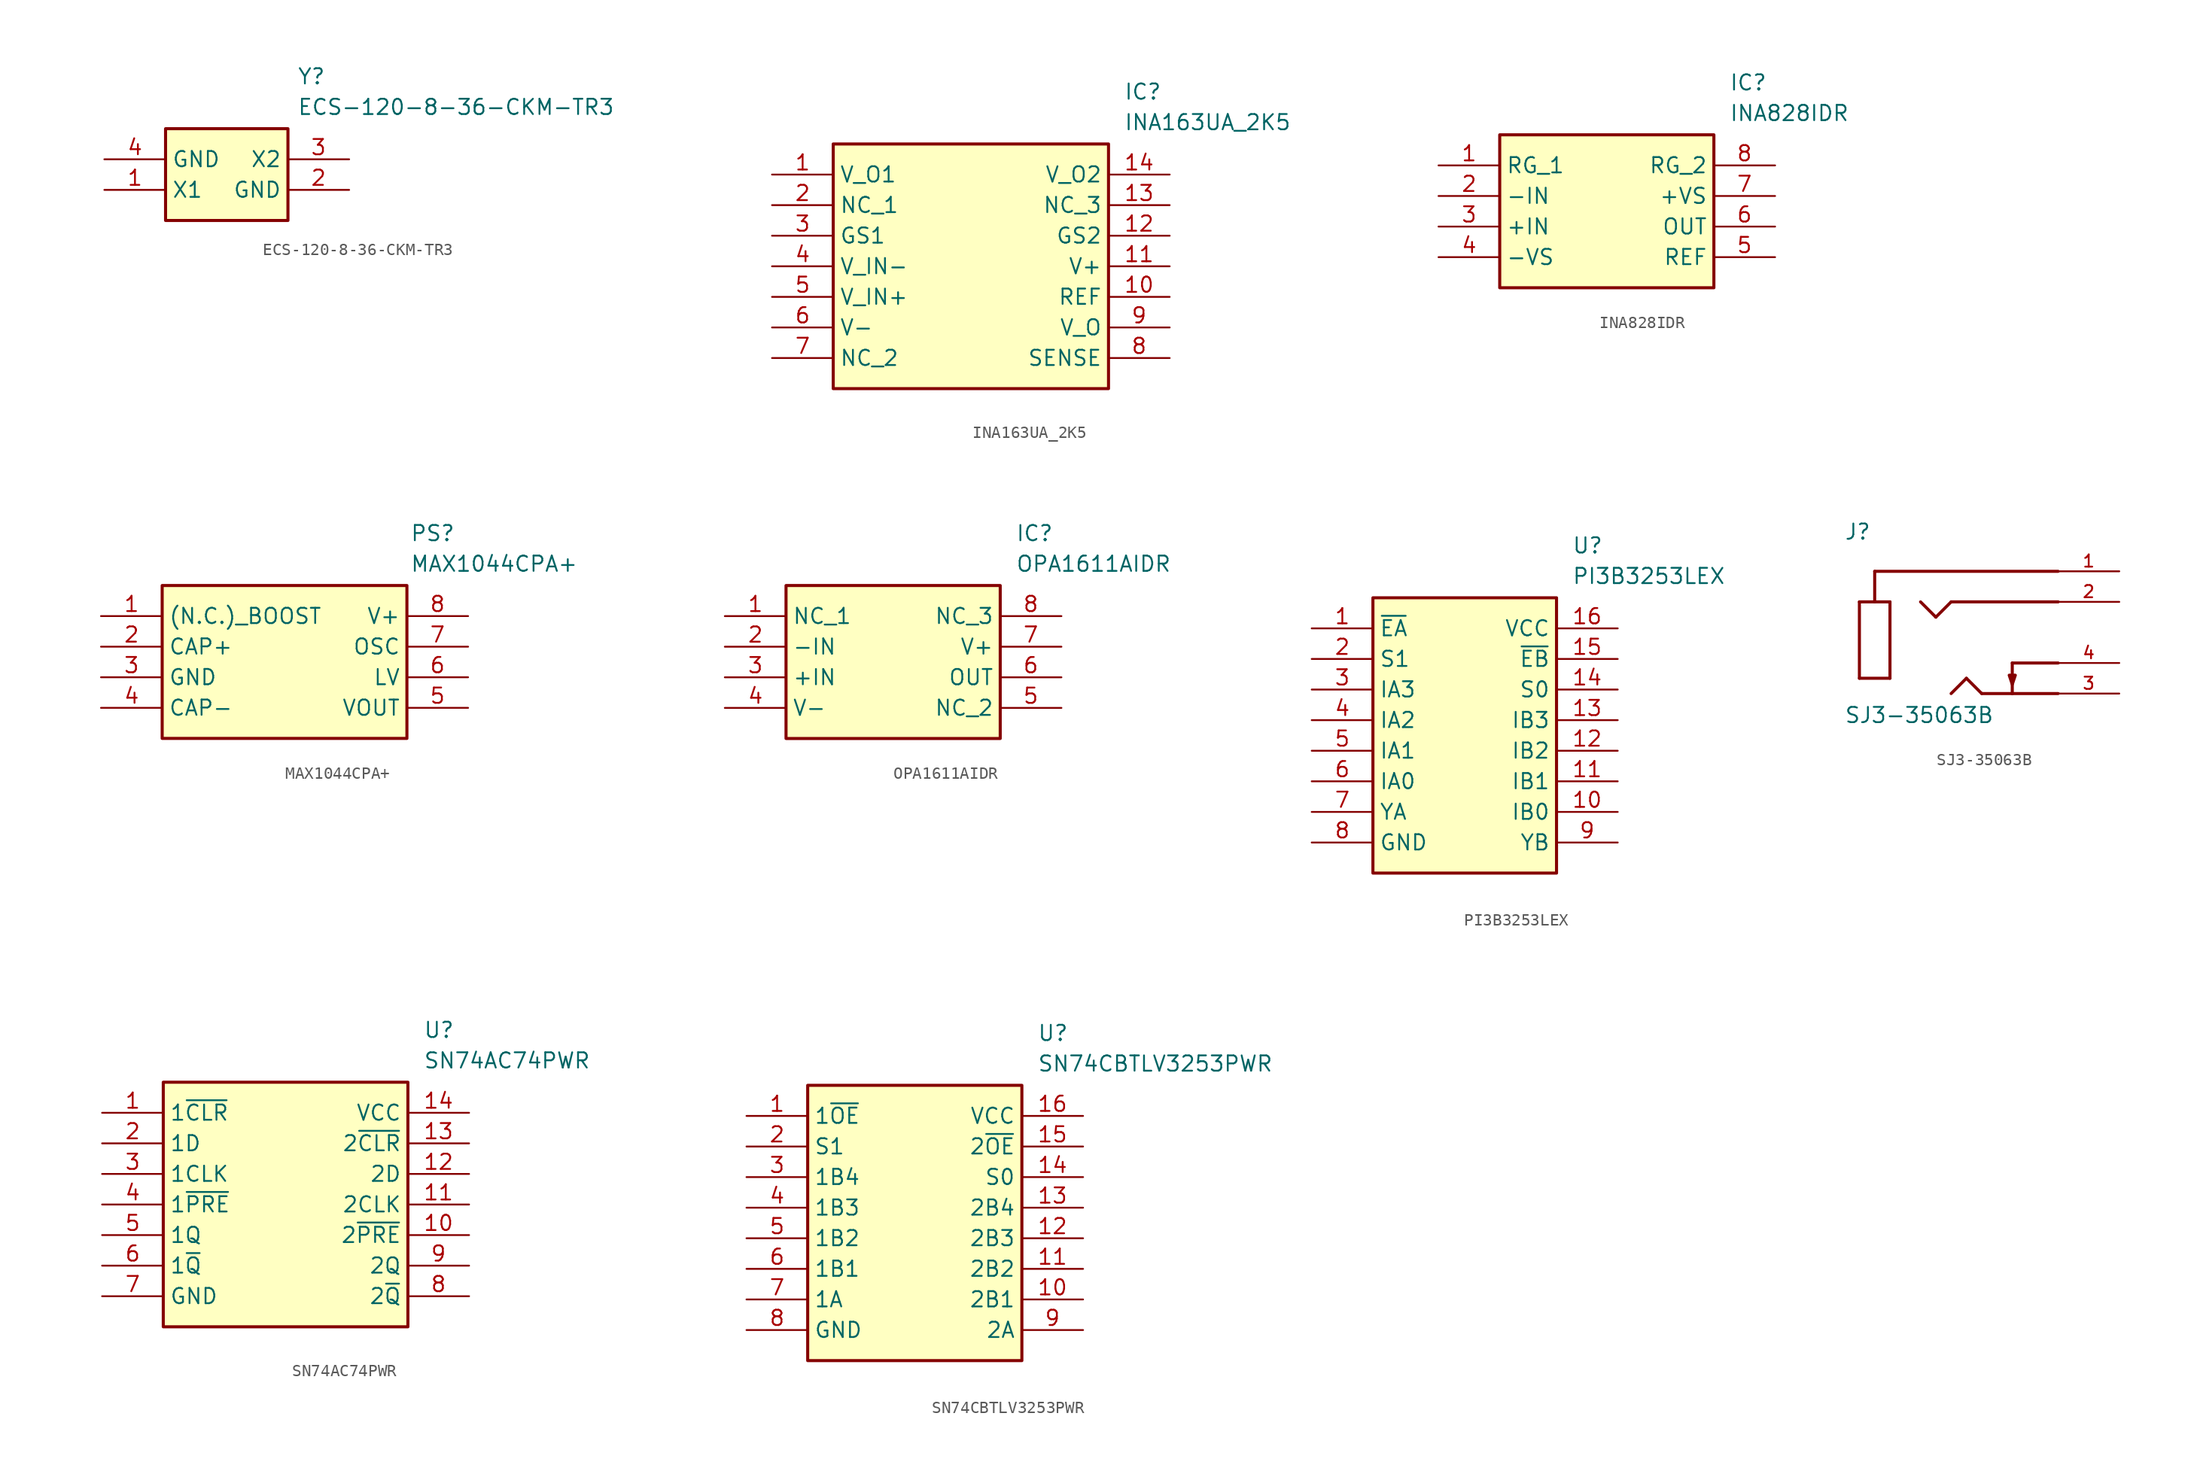
<source format=kicad_sym>
(kicad_symbol_lib
  (version 20231120)
  (generator "kicad_symbol_editor")
  (generator_version "8.0")
  (symbol "ECS-120-8-36-CKM-TR3"
    (property "Reference" "Y"
      (at 16.002 7.62 0)
      (effects (font (size 1.27 1.27)) (justify left top)))
    (property "Value" "ECS-120-8-36-CKM-TR3"
      (at 16.002 5.08 0)
      (effects (font (size 1.27 1.27)) (justify left top)))
    (symbol "ECS-120-8-36-CKM-TR3_1_1"
      (rectangle (start 5.08 2.54) (end 15.24 -5.08) (stroke (width 0.254) (type default)) (fill (type background)))
      (pin passive line (at 0 -2.54 0) (length 5.08) (name "X1" (effects (font (size 1.27 1.27)))) (number "1" (effects (font (size 1.27 1.27)))))
      (pin passive line (at 20.32 -2.54 180) (length 5.08) (name "GND" (effects (font (size 1.27 1.27)))) (number "2" (effects (font (size 1.27 1.27)))))
      (pin passive line (at 20.32 0 180) (length 5.08) (name "X2" (effects (font (size 1.27 1.27)))) (number "3" (effects (font (size 1.27 1.27)))))
      (pin passive line (at 0 0 0) (length 5.08) (name "GND" (effects (font (size 1.27 1.27)))) (number "4" (effects (font (size 1.27 1.27)))))))
  (symbol "INA163UA_2K5"
    (property "Reference" "IC"
      (at 29.21 7.62 0)
      (effects (font (size 1.27 1.27)) (justify left top)))
    (property "Value" "INA163UA_2K5"
      (at 29.21 5.08 0)
      (effects (font (size 1.27 1.27)) (justify left top)))
    (symbol "INA163UA_2K5_1_1"
      (rectangle (start 5.08 2.54) (end 27.94 -17.78) (stroke (width 0.254) (type default)) (fill (type background)))
      (pin passive line (at 0 0 0) (length 5.08) (name "V_O1" (effects (font (size 1.27 1.27)))) (number "1" (effects (font (size 1.27 1.27)))))
      (pin passive line (at 33.02 -10.16 180) (length 5.08) (name "REF" (effects (font (size 1.27 1.27)))) (number "10" (effects (font (size 1.27 1.27)))))
      (pin passive line (at 33.02 -7.62 180) (length 5.08) (name "V+" (effects (font (size 1.27 1.27)))) (number "11" (effects (font (size 1.27 1.27)))))
      (pin passive line (at 33.02 -5.08 180) (length 5.08) (name "GS2" (effects (font (size 1.27 1.27)))) (number "12" (effects (font (size 1.27 1.27)))))
      (pin passive line (at 33.02 -2.54 180) (length 5.08) (name "NC_3" (effects (font (size 1.27 1.27)))) (number "13" (effects (font (size 1.27 1.27)))))
      (pin passive line (at 33.02 0 180) (length 5.08) (name "V_O2" (effects (font (size 1.27 1.27)))) (number "14" (effects (font (size 1.27 1.27)))))
      (pin passive line (at 0 -2.54 0) (length 5.08) (name "NC_1" (effects (font (size 1.27 1.27)))) (number "2" (effects (font (size 1.27 1.27)))))
      (pin passive line (at 0 -5.08 0) (length 5.08) (name "GS1" (effects (font (size 1.27 1.27)))) (number "3" (effects (font (size 1.27 1.27)))))
      (pin passive line (at 0 -7.62 0) (length 5.08) (name "V_IN-" (effects (font (size 1.27 1.27)))) (number "4" (effects (font (size 1.27 1.27)))))
      (pin passive line (at 0 -10.16 0) (length 5.08) (name "V_IN+" (effects (font (size 1.27 1.27)))) (number "5" (effects (font (size 1.27 1.27)))))
      (pin passive line (at 0 -12.7 0) (length 5.08) (name "V-" (effects (font (size 1.27 1.27)))) (number "6" (effects (font (size 1.27 1.27)))))
      (pin passive line (at 0 -15.24 0) (length 5.08) (name "NC_2" (effects (font (size 1.27 1.27)))) (number "7" (effects (font (size 1.27 1.27)))))
      (pin passive line (at 33.02 -15.24 180) (length 5.08) (name "SENSE" (effects (font (size 1.27 1.27)))) (number "8" (effects (font (size 1.27 1.27)))))
      (pin passive line (at 33.02 -12.7 180) (length 5.08) (name "V_O" (effects (font (size 1.27 1.27)))) (number "9" (effects (font (size 1.27 1.27)))))))
  (symbol "INA828IDR"
    (property "Reference" "IC"
      (at 24.13 7.62 0)
      (effects (font (size 1.27 1.27)) (justify left top)))
    (property "Value" "INA828IDR"
      (at 24.13 5.08 0)
      (effects (font (size 1.27 1.27)) (justify left top)))
    (symbol "INA828IDR_1_1"
      (rectangle (start 5.08 2.54) (end 22.86 -10.16) (stroke (width 0.254) (type default)) (fill (type background)))
      (pin passive line (at 0 0 0) (length 5.08) (name "RG_1" (effects (font (size 1.27 1.27)))) (number "1" (effects (font (size 1.27 1.27)))))
      (pin passive line (at 0 -2.54 0) (length 5.08) (name "-IN" (effects (font (size 1.27 1.27)))) (number "2" (effects (font (size 1.27 1.27)))))
      (pin passive line (at 0 -5.08 0) (length 5.08) (name "+IN" (effects (font (size 1.27 1.27)))) (number "3" (effects (font (size 1.27 1.27)))))
      (pin passive line (at 0 -7.62 0) (length 5.08) (name "-VS" (effects (font (size 1.27 1.27)))) (number "4" (effects (font (size 1.27 1.27)))))
      (pin passive line (at 27.94 -7.62 180) (length 5.08) (name "REF" (effects (font (size 1.27 1.27)))) (number "5" (effects (font (size 1.27 1.27)))))
      (pin passive line (at 27.94 -5.08 180) (length 5.08) (name "OUT" (effects (font (size 1.27 1.27)))) (number "6" (effects (font (size 1.27 1.27)))))
      (pin passive line (at 27.94 -2.54 180) (length 5.08) (name "+VS" (effects (font (size 1.27 1.27)))) (number "7" (effects (font (size 1.27 1.27)))))
      (pin passive line (at 27.94 0 180) (length 5.08) (name "RG_2" (effects (font (size 1.27 1.27)))) (number "8" (effects (font (size 1.27 1.27)))))))
  (symbol "MAX1044CPA+"
    (property "Reference" "PS"
      (at 25.654 7.62 0)
      (effects (font (size 1.27 1.27)) (justify left top)))
    (property "Value" "MAX1044CPA+"
      (at 25.654 5.08 0)
      (effects (font (size 1.27 1.27)) (justify left top)))
    (symbol "MAX1044CPA+_1_1"
      (rectangle (start 5.08 2.54) (end 25.4 -10.16) (stroke (width 0.254) (type default)) (fill (type background)))
      (pin passive line (at 0 0 0) (length 5.08) (name "(N.C.)_BOOST" (effects (font (size 1.27 1.27)))) (number "1" (effects (font (size 1.27 1.27)))))
      (pin passive line (at 0 -2.54 0) (length 5.08) (name "CAP+" (effects (font (size 1.27 1.27)))) (number "2" (effects (font (size 1.27 1.27)))))
      (pin passive line (at 0 -5.08 0) (length 5.08) (name "GND" (effects (font (size 1.27 1.27)))) (number "3" (effects (font (size 1.27 1.27)))))
      (pin passive line (at 0 -7.62 0) (length 5.08) (name "CAP-" (effects (font (size 1.27 1.27)))) (number "4" (effects (font (size 1.27 1.27)))))
      (pin passive line (at 30.48 -7.62 180) (length 5.08) (name "VOUT" (effects (font (size 1.27 1.27)))) (number "5" (effects (font (size 1.27 1.27)))))
      (pin passive line (at 30.48 -5.08 180) (length 5.08) (name "LV" (effects (font (size 1.27 1.27)))) (number "6" (effects (font (size 1.27 1.27)))))
      (pin passive line (at 30.48 -2.54 180) (length 5.08) (name "OSC" (effects (font (size 1.27 1.27)))) (number "7" (effects (font (size 1.27 1.27)))))
      (pin passive line (at 30.48 0 180) (length 5.08) (name "V+" (effects (font (size 1.27 1.27)))) (number "8" (effects (font (size 1.27 1.27)))))))
  (symbol "OPA1611AIDR"
    (property "Reference" "IC"
      (at 24.13 7.62 0)
      (effects (font (size 1.27 1.27)) (justify left top)))
    (property "Value" "OPA1611AIDR"
      (at 24.13 5.08 0)
      (effects (font (size 1.27 1.27)) (justify left top)))
    (symbol "OPA1611AIDR_1_1"
      (rectangle (start 5.08 2.54) (end 22.86 -10.16) (stroke (width 0.254) (type default)) (fill (type background)))
      (pin passive line (at 0 0 0) (length 5.08) (name "NC_1" (effects (font (size 1.27 1.27)))) (number "1" (effects (font (size 1.27 1.27)))))
      (pin passive line (at 0 -2.54 0) (length 5.08) (name "-IN" (effects (font (size 1.27 1.27)))) (number "2" (effects (font (size 1.27 1.27)))))
      (pin passive line (at 0 -5.08 0) (length 5.08) (name "+IN" (effects (font (size 1.27 1.27)))) (number "3" (effects (font (size 1.27 1.27)))))
      (pin passive line (at 0 -7.62 0) (length 5.08) (name "V-" (effects (font (size 1.27 1.27)))) (number "4" (effects (font (size 1.27 1.27)))))
      (pin passive line (at 27.94 -7.62 180) (length 5.08) (name "NC_2" (effects (font (size 1.27 1.27)))) (number "5" (effects (font (size 1.27 1.27)))))
      (pin passive line (at 27.94 -5.08 180) (length 5.08) (name "OUT" (effects (font (size 1.27 1.27)))) (number "6" (effects (font (size 1.27 1.27)))))
      (pin passive line (at 27.94 -2.54 180) (length 5.08) (name "V+" (effects (font (size 1.27 1.27)))) (number "7" (effects (font (size 1.27 1.27)))))
      (pin passive line (at 27.94 0 180) (length 5.08) (name "NC_3" (effects (font (size 1.27 1.27)))) (number "8" (effects (font (size 1.27 1.27)))))))
  (symbol "PI3B3253LEX"
    (property "Reference" "U"
      (at 21.59 7.62 0)
      (effects (font (size 1.27 1.27)) (justify left top)))
    (property "Value" "PI3B3253LEX"
      (at 21.59 5.08 0)
      (effects (font (size 1.27 1.27)) (justify left top)))
    (symbol "PI3B3253LEX_1_1"
      (rectangle (start 5.08 2.54) (end 20.32 -20.32) (stroke (width 0.254) (type default)) (fill (type background)))
      (pin passive line (at 0 0 0) (length 5.08) (name "~{EA}" (effects (font (size 1.27 1.27)))) (number "1" (effects (font (size 1.27 1.27)))))
      (pin passive line (at 25.4 -15.24 180) (length 5.08) (name "IB0" (effects (font (size 1.27 1.27)))) (number "10" (effects (font (size 1.27 1.27)))))
      (pin passive line (at 25.4 -12.7 180) (length 5.08) (name "IB1" (effects (font (size 1.27 1.27)))) (number "11" (effects (font (size 1.27 1.27)))))
      (pin passive line (at 25.4 -10.16 180) (length 5.08) (name "IB2" (effects (font (size 1.27 1.27)))) (number "12" (effects (font (size 1.27 1.27)))))
      (pin passive line (at 25.4 -7.62 180) (length 5.08) (name "IB3" (effects (font (size 1.27 1.27)))) (number "13" (effects (font (size 1.27 1.27)))))
      (pin passive line (at 25.4 -5.08 180) (length 5.08) (name "S0" (effects (font (size 1.27 1.27)))) (number "14" (effects (font (size 1.27 1.27)))))
      (pin passive line (at 25.4 -2.54 180) (length 5.08) (name "~{EB}" (effects (font (size 1.27 1.27)))) (number "15" (effects (font (size 1.27 1.27)))))
      (pin passive line (at 25.4 0 180) (length 5.08) (name "VCC" (effects (font (size 1.27 1.27)))) (number "16" (effects (font (size 1.27 1.27)))))
      (pin passive line (at 0 -2.54 0) (length 5.08) (name "S1" (effects (font (size 1.27 1.27)))) (number "2" (effects (font (size 1.27 1.27)))))
      (pin passive line (at 0 -5.08 0) (length 5.08) (name "IA3" (effects (font (size 1.27 1.27)))) (number "3" (effects (font (size 1.27 1.27)))))
      (pin passive line (at 0 -7.62 0) (length 5.08) (name "IA2" (effects (font (size 1.27 1.27)))) (number "4" (effects (font (size 1.27 1.27)))))
      (pin passive line (at 0 -10.16 0) (length 5.08) (name "IA1" (effects (font (size 1.27 1.27)))) (number "5" (effects (font (size 1.27 1.27)))))
      (pin passive line (at 0 -12.7 0) (length 5.08) (name "IA0" (effects (font (size 1.27 1.27)))) (number "6" (effects (font (size 1.27 1.27)))))
      (pin passive line (at 0 -15.24 0) (length 5.08) (name "YA" (effects (font (size 1.27 1.27)))) (number "7" (effects (font (size 1.27 1.27)))))
      (pin passive line (at 0 -17.78 0) (length 5.08) (name "GND" (effects (font (size 1.27 1.27)))) (number "8" (effects (font (size 1.27 1.27)))))
      (pin passive line (at 25.4 -17.78 180) (length 5.08) (name "YB" (effects (font (size 1.27 1.27)))) (number "9" (effects (font (size 1.27 1.27)))))))
  (symbol "SJ3-35063B"
    (pin_names
      (offset 1.016) hide)
    (property "Reference" "J"
      (at -10.16 7.62 0)
      (effects (font (size 1.27 1.27)) (justify left bottom)))
    (property "Value" "SJ3-35063B"
      (at -10.16 -7.62 0)
      (effects (font (size 1.27 1.27)) (justify left bottom)))
    (symbol "SJ3-35063B_0_0"
      (polyline (pts (xy -8.89 -3.81) (xy -8.89 2.54)) (stroke (width 0.254) (type solid)) (fill (type none)))
      (polyline (pts (xy -8.89 2.54) (xy -7.62 2.54)) (stroke (width 0.254) (type solid)) (fill (type none)))
      (polyline (pts (xy -7.62 2.54) (xy -7.62 5.08)) (stroke (width 0.254) (type solid)) (fill (type none)))
      (polyline (pts (xy -7.62 2.54) (xy -6.35 2.54)) (stroke (width 0.254) (type solid)) (fill (type none)))
      (polyline (pts (xy -7.62 5.08) (xy 7.62 5.08)) (stroke (width 0.254) (type solid)) (fill (type none)))
      (polyline (pts (xy -6.35 -3.81) (xy -8.89 -3.81)) (stroke (width 0.254) (type solid)) (fill (type none)))
      (polyline (pts (xy -6.35 2.54) (xy -6.35 -3.81)) (stroke (width 0.254) (type solid)) (fill (type none)))
      (polyline (pts (xy -3.81 2.54) (xy -2.54 1.27)) (stroke (width 0.254) (type solid)) (fill (type none)))
      (polyline (pts (xy -2.54 1.27) (xy -1.27 2.54)) (stroke (width 0.254) (type solid)) (fill (type none)))
      (polyline (pts (xy -1.27 -5.08) (xy 0 -3.81)) (stroke (width 0.254) (type solid)) (fill (type none)))
      (polyline (pts (xy -1.27 2.54) (xy 7.62 2.54)) (stroke (width 0.254) (type solid)) (fill (type none)))
      (polyline (pts (xy 0 -3.81) (xy 1.27 -5.08)) (stroke (width 0.254) (type solid)) (fill (type none)))
      (polyline (pts (xy 1.27 -5.08) (xy 3.81 -5.08)) (stroke (width 0.254) (type solid)) (fill (type none)))
      (polyline (pts (xy 3.81 -5.08) (xy 7.62 -5.08)) (stroke (width 0.254) (type solid)) (fill (type none)))
      (polyline (pts (xy 3.81 -2.54) (xy 3.81 -5.08)) (stroke (width 0.254) (type solid)) (fill (type none)))
      (polyline (pts (xy 3.81 -2.54) (xy 7.62 -2.54)) (stroke (width 0.254) (type solid)) (fill (type none)))
      (polyline (pts (xy 3.81 -4.318) (xy 4.064 -3.556) (xy 3.556 -3.556) (xy 3.81 -4.318)) (stroke (width 0.254) (type solid)) (fill (type background)))
      (pin passive line (at 12.7 5.08 180) (length 5.08) (name "~" (effects (font (size 1.016 1.016)))) (number "1" (effects (font (size 1.016 1.016)))))
      (pin passive line (at 12.7 2.54 180) (length 5.08) (name "~" (effects (font (size 1.016 1.016)))) (number "2" (effects (font (size 1.016 1.016)))))
      (pin passive line (at 12.7 -5.08 180) (length 5.08) (name "~" (effects (font (size 1.016 1.016)))) (number "3" (effects (font (size 1.016 1.016)))))
      (pin passive line (at 12.7 -2.54 180) (length 5.08) (name "~" (effects (font (size 1.016 1.016)))) (number "4" (effects (font (size 1.016 1.016)))))))
  (symbol "SN74AC74PWR"
    (property "Reference" "U"
      (at 26.67 7.62 0)
      (effects (font (size 1.27 1.27)) (justify left top)))
    (property "Value" "SN74AC74PWR"
      (at 26.67 5.08 0)
      (effects (font (size 1.27 1.27)) (justify left top)))
    (symbol "SN74AC74PWR_1_1"
      (rectangle (start 5.08 2.54) (end 25.4 -17.78) (stroke (width 0.254) (type default)) (fill (type background)))
      (pin passive line (at 0 0 0) (length 5.08) (name "1~{CLR}" (effects (font (size 1.27 1.27)))) (number "1" (effects (font (size 1.27 1.27)))))
      (pin passive line (at 30.48 -10.16 180) (length 5.08) (name "2~{PRE}" (effects (font (size 1.27 1.27)))) (number "10" (effects (font (size 1.27 1.27)))))
      (pin passive line (at 30.48 -7.62 180) (length 5.08) (name "2CLK" (effects (font (size 1.27 1.27)))) (number "11" (effects (font (size 1.27 1.27)))))
      (pin passive line (at 30.48 -5.08 180) (length 5.08) (name "2D" (effects (font (size 1.27 1.27)))) (number "12" (effects (font (size 1.27 1.27)))))
      (pin passive line (at 30.48 -2.54 180) (length 5.08) (name "2~{CLR}" (effects (font (size 1.27 1.27)))) (number "13" (effects (font (size 1.27 1.27)))))
      (pin passive line (at 30.48 0 180) (length 5.08) (name "VCC" (effects (font (size 1.27 1.27)))) (number "14" (effects (font (size 1.27 1.27)))))
      (pin passive line (at 0 -2.54 0) (length 5.08) (name "1D" (effects (font (size 1.27 1.27)))) (number "2" (effects (font (size 1.27 1.27)))))
      (pin passive line (at 0 -5.08 0) (length 5.08) (name "1CLK" (effects (font (size 1.27 1.27)))) (number "3" (effects (font (size 1.27 1.27)))))
      (pin passive line (at 0 -7.62 0) (length 5.08) (name "1~{PRE}" (effects (font (size 1.27 1.27)))) (number "4" (effects (font (size 1.27 1.27)))))
      (pin passive line (at 0 -10.16 0) (length 5.08) (name "1Q" (effects (font (size 1.27 1.27)))) (number "5" (effects (font (size 1.27 1.27)))))
      (pin passive line (at 0 -12.7 0) (length 5.08) (name "1~{Q}" (effects (font (size 1.27 1.27)))) (number "6" (effects (font (size 1.27 1.27)))))
      (pin passive line (at 0 -15.24 0) (length 5.08) (name "GND" (effects (font (size 1.27 1.27)))) (number "7" (effects (font (size 1.27 1.27)))))
      (pin passive line (at 30.48 -15.24 180) (length 5.08) (name "2~{Q}" (effects (font (size 1.27 1.27)))) (number "8" (effects (font (size 1.27 1.27)))))
      (pin passive line (at 30.48 -12.7 180) (length 5.08) (name "2Q" (effects (font (size 1.27 1.27)))) (number "9" (effects (font (size 1.27 1.27)))))))
  (symbol "SN74CBTLV3253PWR"
    (property "Reference" "U"
      (at 24.13 7.62 0)
      (effects (font (size 1.27 1.27)) (justify left top)))
    (property "Value" "SN74CBTLV3253PWR"
      (at 24.13 5.08 0)
      (effects (font (size 1.27 1.27)) (justify left top)))
    (symbol "SN74CBTLV3253PWR_1_1"
      (rectangle (start 5.08 2.54) (end 22.86 -20.32) (stroke (width 0.254) (type default)) (fill (type background)))
      (pin passive line (at 0 0 0) (length 5.08) (name "1~{OE}" (effects (font (size 1.27 1.27)))) (number "1" (effects (font (size 1.27 1.27)))))
      (pin passive line (at 27.94 -15.24 180) (length 5.08) (name "2B1" (effects (font (size 1.27 1.27)))) (number "10" (effects (font (size 1.27 1.27)))))
      (pin passive line (at 27.94 -12.7 180) (length 5.08) (name "2B2" (effects (font (size 1.27 1.27)))) (number "11" (effects (font (size 1.27 1.27)))))
      (pin passive line (at 27.94 -10.16 180) (length 5.08) (name "2B3" (effects (font (size 1.27 1.27)))) (number "12" (effects (font (size 1.27 1.27)))))
      (pin passive line (at 27.94 -7.62 180) (length 5.08) (name "2B4" (effects (font (size 1.27 1.27)))) (number "13" (effects (font (size 1.27 1.27)))))
      (pin passive line (at 27.94 -5.08 180) (length 5.08) (name "S0" (effects (font (size 1.27 1.27)))) (number "14" (effects (font (size 1.27 1.27)))))
      (pin passive line (at 27.94 -2.54 180) (length 5.08) (name "2~{OE}" (effects (font (size 1.27 1.27)))) (number "15" (effects (font (size 1.27 1.27)))))
      (pin passive line (at 27.94 0 180) (length 5.08) (name "VCC" (effects (font (size 1.27 1.27)))) (number "16" (effects (font (size 1.27 1.27)))))
      (pin passive line (at 0 -2.54 0) (length 5.08) (name "S1" (effects (font (size 1.27 1.27)))) (number "2" (effects (font (size 1.27 1.27)))))
      (pin passive line (at 0 -5.08 0) (length 5.08) (name "1B4" (effects (font (size 1.27 1.27)))) (number "3" (effects (font (size 1.27 1.27)))))
      (pin passive line (at 0 -7.62 0) (length 5.08) (name "1B3" (effects (font (size 1.27 1.27)))) (number "4" (effects (font (size 1.27 1.27)))))
      (pin passive line (at 0 -10.16 0) (length 5.08) (name "1B2" (effects (font (size 1.27 1.27)))) (number "5" (effects (font (size 1.27 1.27)))))
      (pin passive line (at 0 -12.7 0) (length 5.08) (name "1B1" (effects (font (size 1.27 1.27)))) (number "6" (effects (font (size 1.27 1.27)))))
      (pin passive line (at 0 -15.24 0) (length 5.08) (name "1A" (effects (font (size 1.27 1.27)))) (number "7" (effects (font (size 1.27 1.27)))))
      (pin passive line (at 0 -17.78 0) (length 5.08) (name "GND" (effects (font (size 1.27 1.27)))) (number "8" (effects (font (size 1.27 1.27)))))
      (pin passive line (at 27.94 -17.78 180) (length 5.08) (name "2A" (effects (font (size 1.27 1.27)))) (number "9" (effects (font (size 1.27 1.27))))))))
</source>
